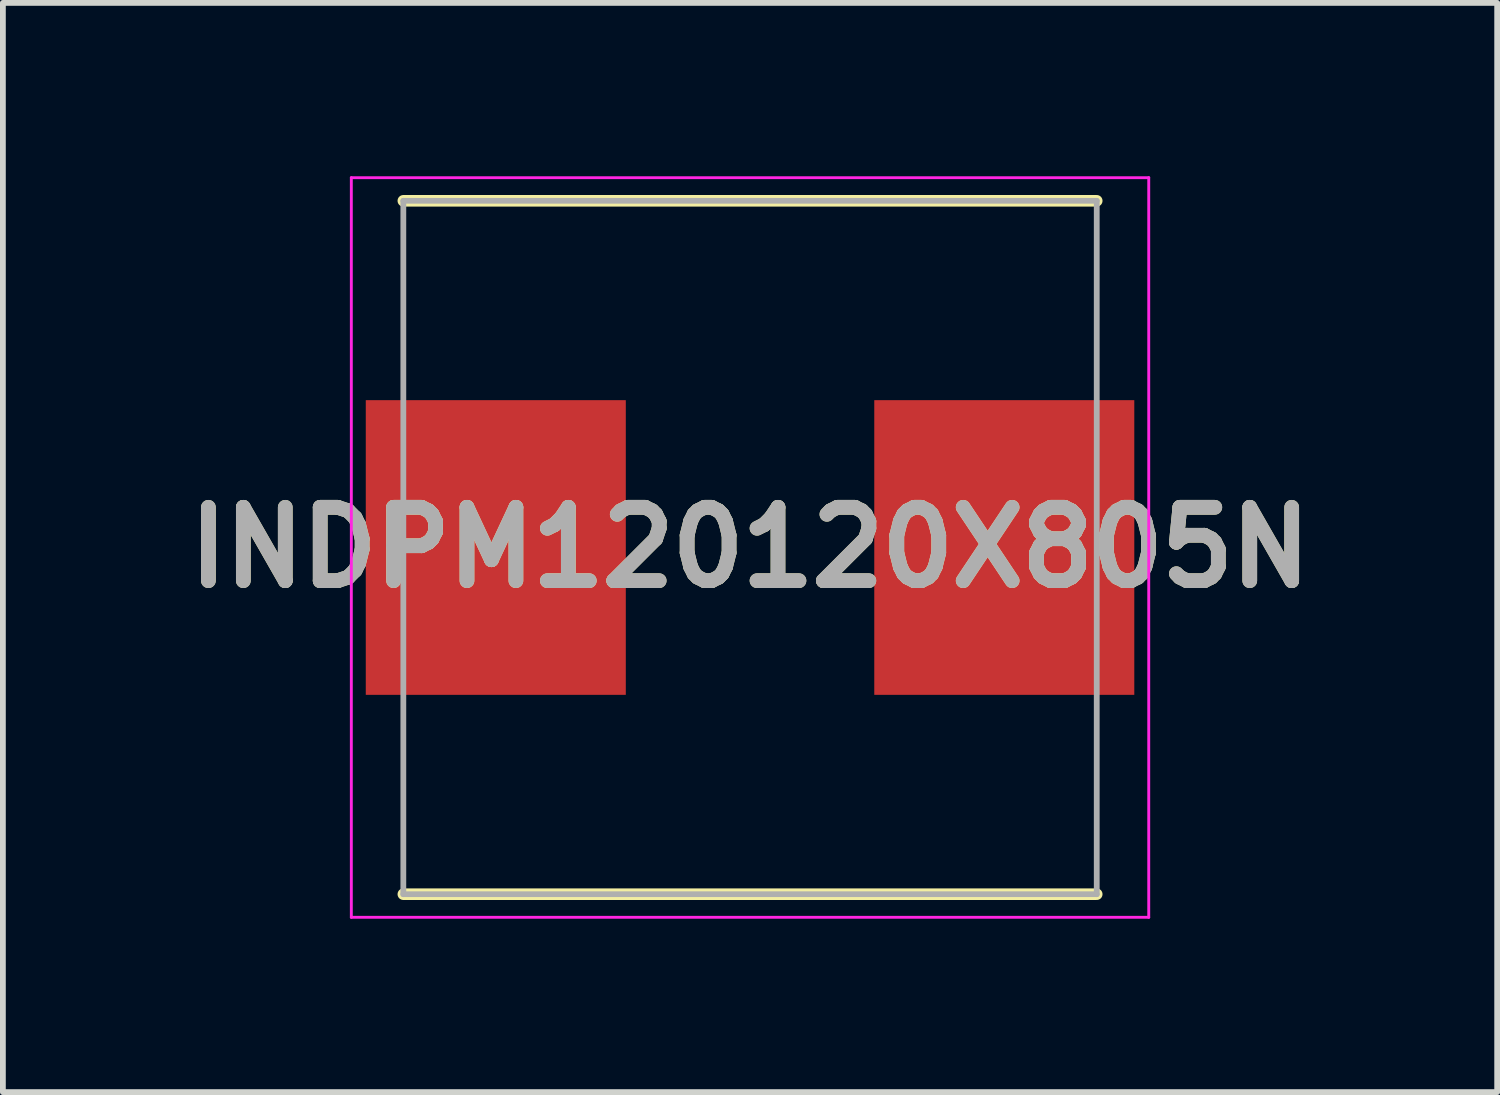
<source format=kicad_pcb>
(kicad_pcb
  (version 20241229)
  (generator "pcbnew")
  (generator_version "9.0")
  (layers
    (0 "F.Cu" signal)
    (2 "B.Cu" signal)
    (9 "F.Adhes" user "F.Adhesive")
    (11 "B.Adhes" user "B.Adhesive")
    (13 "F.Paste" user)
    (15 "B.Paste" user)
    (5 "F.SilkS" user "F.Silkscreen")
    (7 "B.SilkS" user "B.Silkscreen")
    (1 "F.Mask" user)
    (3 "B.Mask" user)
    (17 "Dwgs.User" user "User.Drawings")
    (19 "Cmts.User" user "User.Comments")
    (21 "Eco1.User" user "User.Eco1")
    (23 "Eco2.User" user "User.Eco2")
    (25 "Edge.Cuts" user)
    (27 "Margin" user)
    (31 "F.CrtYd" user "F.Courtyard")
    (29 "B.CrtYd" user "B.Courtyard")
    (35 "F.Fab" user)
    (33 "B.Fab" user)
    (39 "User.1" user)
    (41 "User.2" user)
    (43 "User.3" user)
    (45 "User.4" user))
  (footprint "INDPM120120X805N"
    (layer "F.Cu")
    (at 9.93 6.425)
    (property "Reference" "INDPM120120X805N" (at 0 0 0) (layer "F.SilkS") (effects (font (size 1.27 1.27) (thickness 0.254))))
    (attr smd)
    (fp_line (start -6 6) (end 6 6) (stroke (width 0.2) (type solid)) (layer "F.SilkS"))
    (fp_line (start 6 -6) (end -6 -6) (stroke (width 0.2) (type solid)) (layer "F.SilkS"))
    (fp_line (start -6.9 -6.4) (end 6.9 -6.4) (stroke (width 0.05) (type solid)) (layer "F.CrtYd"))
    (fp_line (start -6.9 6.4) (end -6.9 -6.4) (stroke (width 0.05) (type solid)) (layer "F.CrtYd"))
    (fp_line (start 6.9 -6.4) (end 6.9 6.4) (stroke (width 0.05) (type solid)) (layer "F.CrtYd"))
    (fp_line (start 6.9 6.4) (end -6.9 6.4) (stroke (width 0.05) (type solid)) (layer "F.CrtYd"))
    (fp_line (start -6 -6) (end 6 -6) (stroke (width 0.1) (type solid)) (layer "F.Fab"))
    (fp_line (start -6 6) (end -6 -6) (stroke (width 0.1) (type solid)) (layer "F.Fab"))
    (fp_line (start 6 -6) (end 6 6) (stroke (width 0.1) (type solid)) (layer "F.Fab"))
    (fp_line (start 6 6) (end -6 6) (stroke (width 0.1) (type solid)) (layer "F.Fab"))
    (fp_text user "${REFERENCE}" (at 0 0 0) (layer "F.Fab") (effects (font (size 1.27 1.27) (thickness 0.254))))
    (pad "1" smd rect (at -4.4 0) (size 4.5 5.1) (layers "F.Cu" "F.Mask" "F.Paste"))
    (pad "2" smd rect (at 4.4 0) (size 4.5 5.1) (layers "F.Cu" "F.Mask" "F.Paste")))
  (gr_rect
    (start -3 -3)
    (end 22.86 15.85)
    (stroke (width 0.1) (type default))
    (fill no)
    (layer "Edge.Cuts")))
</source>
